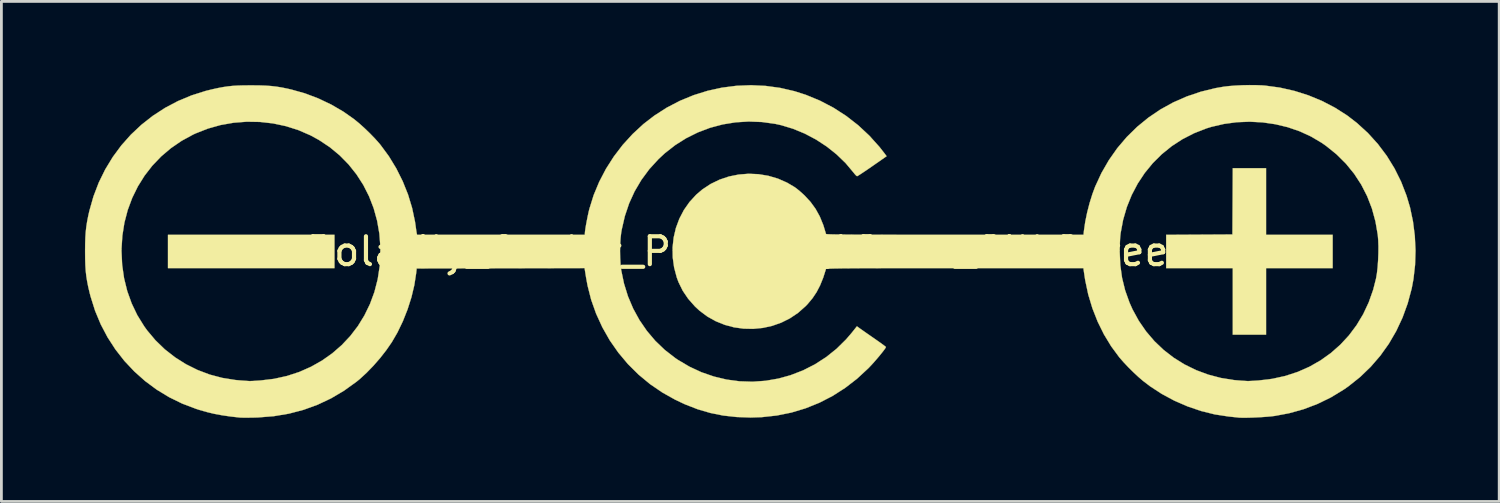
<source format=kicad_pcb>
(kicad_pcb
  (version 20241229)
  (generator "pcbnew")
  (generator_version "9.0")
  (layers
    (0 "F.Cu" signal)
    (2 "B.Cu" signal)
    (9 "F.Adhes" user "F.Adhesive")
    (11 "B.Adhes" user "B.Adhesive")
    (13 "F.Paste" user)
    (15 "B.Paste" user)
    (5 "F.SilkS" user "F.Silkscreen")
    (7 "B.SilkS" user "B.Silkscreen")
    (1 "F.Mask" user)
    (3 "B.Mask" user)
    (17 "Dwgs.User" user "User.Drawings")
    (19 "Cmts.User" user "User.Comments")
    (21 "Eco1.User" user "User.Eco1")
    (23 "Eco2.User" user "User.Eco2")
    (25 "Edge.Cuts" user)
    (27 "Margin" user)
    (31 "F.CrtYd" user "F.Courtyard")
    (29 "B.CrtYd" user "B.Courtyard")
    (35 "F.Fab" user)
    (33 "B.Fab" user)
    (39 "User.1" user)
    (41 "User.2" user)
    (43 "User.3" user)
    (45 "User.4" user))
  (footprint "Polarity_Center_Positive_12mm_SilkScreen"
    (layer "F.Cu")
    (at 23.873 5.977)
    (property "Reference" "Polarity_Center_Positive_12mm_SilkScreen" (at 0 0 0) (layer "F.SilkS") (effects (font (size 1 1) (thickness 0.15))))
    (attr exclude_from_pos_files exclude_from_bom)
    (fp_poly (pts (xy -14.916 0.598) (xy -20.893 0.598) (xy -20.893 -0.598) (xy -14.916 -0.598) (xy -14.916 0.598)) (stroke (width 0.01) (type solid)) (fill yes) (layer "F.SilkS"))
    (fp_poly (pts (xy 18.527 -0.598) (xy 20.918 -0.598) (xy 20.918 0.598) (xy 18.527 0.598) (xy 18.527 2.988) (xy 17.332 2.988) (xy 17.332 0.598) (xy 14.941 0.598) (xy 14.941 -0.597) (xy 17.319 -0.61) (xy 17.326 -1.799) (xy 17.332 -2.988) (xy 18.527 -2.988) (xy 18.527 -0.598)) (stroke (width 0.01) (type solid)) (fill yes) (layer "F.SilkS"))
    (fp_poly (pts (xy 18.17 -5.97) (xy 18.386 -5.962) (xy 18.491 -5.954) (xy 19.023 -5.882) (xy 19.544 -5.764) (xy 20.051 -5.603) (xy 20.539 -5.401) (xy 21.004 -5.159) (xy 21.441 -4.88) (xy 21.789 -4.612) (xy 22.184 -4.251) (xy 22.541 -3.857) (xy 22.86 -3.433) (xy 23.138 -2.981) (xy 23.375 -2.504) (xy 23.569 -2.004) (xy 23.695 -1.581) (xy 23.801 -1.077) (xy 23.867 -0.558) (xy 23.892 -0.035) (xy 23.876 0.485) (xy 23.818 0.993) (xy 23.755 1.329) (xy 23.612 1.862) (xy 23.427 2.371) (xy 23.201 2.855) (xy 22.934 3.313) (xy 22.628 3.742) (xy 22.284 4.14) (xy 21.904 4.506) (xy 21.488 4.838) (xy 21.313 4.96) (xy 20.854 5.239) (xy 20.374 5.473) (xy 19.874 5.663) (xy 19.351 5.808) (xy 18.844 5.903) (xy 18.716 5.919) (xy 18.558 5.933) (xy 18.381 5.946) (xy 18.195 5.956) (xy 18.011 5.964) (xy 17.839 5.968) (xy 17.69 5.969) (xy 17.575 5.966) (xy 17.531 5.962) (xy 17.469 5.955) (xy 17.373 5.945) (xy 17.258 5.933) (xy 17.182 5.925) (xy 16.69 5.85) (xy 16.198 5.728) (xy 15.711 5.563) (xy 15.238 5.358) (xy 14.786 5.116) (xy 14.362 4.839) (xy 14.107 4.644) (xy 13.944 4.504) (xy 13.766 4.338) (xy 13.586 4.16) (xy 13.418 3.982) (xy 13.274 3.818) (xy 13.257 3.798) (xy 12.967 3.405) (xy 12.707 2.977) (xy 12.482 2.521) (xy 12.293 2.041) (xy 12.143 1.544) (xy 12.035 1.036) (xy 12.014 0.903) (xy 11.969 0.598) (xy 7.353 0.598) (xy 6.77 0.598) (xy 6.235 0.598) (xy 5.746 0.598) (xy 5.301 0.599) (xy 4.899 0.599) (xy 4.538 0.6) (xy 4.215 0.601) (xy 3.93 0.602) (xy 3.681 0.604) (xy 3.465 0.605) (xy 3.28 0.607) (xy 3.126 0.61) (xy 3 0.612) (xy 2.9 0.615) (xy 2.825 0.618) (xy 2.773 0.621) (xy 2.741 0.624) (xy 2.729 0.628) (xy 2.729 0.629) (xy 2.628 0.944) (xy 2.517 1.218) (xy 2.391 1.46) (xy 2.244 1.68) (xy 2.071 1.887) (xy 1.993 1.968) (xy 1.725 2.205) (xy 1.433 2.401) (xy 1.122 2.556) (xy 0.795 2.671) (xy 0.458 2.745) (xy 0.116 2.778) (xy -0.229 2.771) (xy -0.57 2.724) (xy -0.903 2.635) (xy -1.224 2.506) (xy -1.528 2.337) (xy -1.811 2.126) (xy -1.975 1.974) (xy -2.217 1.7) (xy -2.413 1.411) (xy -2.565 1.102) (xy -2.627 0.936) (xy -2.723 0.576) (xy -2.773 0.214) (xy -2.776 0.009) (xy 13.273 0.009) (xy 13.294 0.49) (xy 13.358 0.95) (xy 13.467 1.394) (xy 13.621 1.827) (xy 13.733 2.079) (xy 13.958 2.49) (xy 14.221 2.871) (xy 14.519 3.22) (xy 14.85 3.535) (xy 15.211 3.814) (xy 15.6 4.056) (xy 16.013 4.259) (xy 16.449 4.421) (xy 16.905 4.541) (xy 17.378 4.617) (xy 17.655 4.64) (xy 17.745 4.645) (xy 17.824 4.65) (xy 17.855 4.652) (xy 17.902 4.652) (xy 17.988 4.648) (xy 18.1 4.642) (xy 18.229 4.634) (xy 18.257 4.632) (xy 18.746 4.573) (xy 19.215 4.47) (xy 19.663 4.324) (xy 20.086 4.137) (xy 20.484 3.91) (xy 20.853 3.647) (xy 21.193 3.347) (xy 21.501 3.014) (xy 21.775 2.648) (xy 22.013 2.252) (xy 22.212 1.828) (xy 22.372 1.376) (xy 22.475 0.971) (xy 22.507 0.784) (xy 22.532 0.562) (xy 22.549 0.318) (xy 22.559 0.066) (xy 22.561 -0.18) (xy 22.553 -0.406) (xy 22.538 -0.591) (xy 22.454 -1.078) (xy 22.327 -1.543) (xy 22.156 -1.985) (xy 21.943 -2.401) (xy 21.689 -2.79) (xy 21.394 -3.152) (xy 21.059 -3.485) (xy 20.684 -3.788) (xy 20.519 -3.903) (xy 20.138 -4.128) (xy 19.731 -4.315) (xy 19.302 -4.462) (xy 18.857 -4.568) (xy 18.401 -4.634) (xy 17.938 -4.658) (xy 17.475 -4.64) (xy 17.016 -4.578) (xy 16.567 -4.474) (xy 16.385 -4.418) (xy 15.943 -4.245) (xy 15.527 -4.032) (xy 15.141 -3.781) (xy 14.785 -3.493) (xy 14.461 -3.172) (xy 14.172 -2.819) (xy 13.919 -2.437) (xy 13.704 -2.028) (xy 13.529 -1.595) (xy 13.396 -1.139) (xy 13.307 -0.664) (xy 13.299 -0.598) (xy 13.289 -0.496) (xy 13.282 -0.359) (xy 13.276 -0.204) (xy 13.273 -0.045) (xy 13.273 0.009) (xy -2.776 0.009) (xy -2.778 -0.146) (xy -2.739 -0.501) (xy -2.658 -0.846) (xy -2.535 -1.176) (xy -2.373 -1.487) (xy -2.171 -1.775) (xy -1.932 -2.036) (xy -1.711 -2.225) (xy -1.411 -2.423) (xy -1.091 -2.578) (xy -0.754 -2.691) (xy -0.405 -2.761) (xy -0.05 -2.789) (xy 0.306 -2.774) (xy 0.658 -2.716) (xy 1.002 -2.615) (xy 1.332 -2.47) (xy 1.606 -2.308) (xy 1.688 -2.247) (xy 1.79 -2.163) (xy 1.896 -2.069) (xy 1.961 -2.009) (xy 2.176 -1.776) (xy 2.357 -1.526) (xy 2.508 -1.252) (xy 2.633 -0.946) (xy 2.729 -0.629) (xy 2.739 -0.625) (xy 2.768 -0.621) (xy 2.818 -0.618) (xy 2.89 -0.615) (xy 2.987 -0.612) (xy 3.11 -0.61) (xy 3.26 -0.608) (xy 3.441 -0.606) (xy 3.653 -0.604) (xy 3.898 -0.603) (xy 4.179 -0.601) (xy 4.497 -0.6) (xy 4.853 -0.599) (xy 5.25 -0.599) (xy 5.689 -0.598) (xy 6.173 -0.598) (xy 6.702 -0.598) (xy 7.279 -0.598) (xy 7.355 -0.598) (xy 11.973 -0.598) (xy 11.99 -0.753) (xy 12.036 -1.066) (xy 12.105 -1.401) (xy 12.193 -1.741) (xy 12.295 -2.068) (xy 12.391 -2.326) (xy 12.618 -2.817) (xy 12.884 -3.278) (xy 13.187 -3.71) (xy 13.526 -4.108) (xy 13.898 -4.473) (xy 14.301 -4.803) (xy 14.733 -5.096) (xy 15.193 -5.35) (xy 15.678 -5.563) (xy 16.186 -5.735) (xy 16.715 -5.864) (xy 17.017 -5.916) (xy 17.208 -5.938) (xy 17.433 -5.955) (xy 17.679 -5.967) (xy 17.929 -5.972) (xy 18.17 -5.97)) (stroke (width 0.01) (type solid)) (fill yes) (layer "F.SilkS"))
    (fp_poly (pts (xy 0.563 -5.943) (xy 1.084 -5.872) (xy 1.598 -5.753) (xy 2.005 -5.623) (xy 2.511 -5.414) (xy 2.995 -5.161) (xy 3.453 -4.866) (xy 3.884 -4.531) (xy 4.284 -4.158) (xy 4.652 -3.749) (xy 4.839 -3.509) (xy 4.905 -3.42) (xy 4.39 -3.061) (xy 4.248 -2.963) (xy 4.118 -2.875) (xy 4.007 -2.801) (xy 3.921 -2.745) (xy 3.864 -2.711) (xy 3.845 -2.702) (xy 3.816 -2.72) (xy 3.769 -2.769) (xy 3.715 -2.836) (xy 3.432 -3.173) (xy 3.11 -3.484) (xy 2.755 -3.767) (xy 2.373 -4.017) (xy 1.97 -4.23) (xy 1.552 -4.403) (xy 1.124 -4.533) (xy 0.906 -4.581) (xy 0.43 -4.647) (xy -0.046 -4.665) (xy -0.516 -4.636) (xy -0.979 -4.561) (xy -1.43 -4.441) (xy -1.867 -4.276) (xy -2.285 -4.069) (xy -2.682 -3.819) (xy -3.054 -3.529) (xy -3.287 -3.312) (xy -3.616 -2.952) (xy -3.9 -2.567) (xy -4.141 -2.159) (xy -4.338 -1.727) (xy -4.492 -1.27) (xy -4.603 -0.789) (xy -4.623 -0.672) (xy -4.645 -0.48) (xy -4.659 -0.256) (xy -4.664 -0.015) (xy -4.66 0.227) (xy -4.647 0.454) (xy -4.626 0.65) (xy -4.623 0.669) (xy -4.523 1.15) (xy -4.38 1.611) (xy -4.194 2.05) (xy -3.967 2.464) (xy -3.701 2.851) (xy -3.398 3.209) (xy -3.059 3.534) (xy -2.685 3.824) (xy -2.59 3.889) (xy -2.174 4.135) (xy -1.742 4.336) (xy -1.295 4.49) (xy -0.839 4.599) (xy -0.375 4.661) (xy 0.093 4.676) (xy 0.561 4.643) (xy 1.027 4.562) (xy 1.455 4.443) (xy 1.906 4.269) (xy 2.334 4.051) (xy 2.735 3.792) (xy 3.108 3.494) (xy 3.449 3.158) (xy 3.654 2.919) (xy 3.839 2.687) (xy 3.955 2.771) (xy 4.013 2.811) (xy 4.102 2.874) (xy 4.215 2.953) (xy 4.343 3.042) (xy 4.476 3.134) (xy 4.6 3.221) (xy 4.709 3.298) (xy 4.796 3.362) (xy 4.855 3.407) (xy 4.88 3.429) (xy 4.881 3.43) (xy 4.865 3.464) (xy 4.821 3.528) (xy 4.754 3.615) (xy 4.671 3.718) (xy 4.577 3.831) (xy 4.477 3.946) (xy 4.377 4.058) (xy 4.282 4.159) (xy 4.247 4.195) (xy 3.843 4.569) (xy 3.414 4.9) (xy 2.963 5.188) (xy 2.49 5.431) (xy 1.997 5.63) (xy 1.488 5.783) (xy 0.963 5.889) (xy 0.424 5.948) (xy 0.025 5.961) (xy -0.483 5.943) (xy -0.963 5.89) (xy -1.424 5.797) (xy -1.876 5.665) (xy -2.327 5.49) (xy -2.671 5.329) (xy -3.143 5.065) (xy -3.587 4.762) (xy -4 4.42) (xy -4.38 4.043) (xy -4.725 3.632) (xy -5.033 3.191) (xy -5.3 2.721) (xy -5.524 2.232) (xy -5.7 1.736) (xy -5.83 1.226) (xy -5.882 0.945) (xy -5.938 0.597) (xy -8.952 0.604) (xy -11.965 0.61) (xy -11.984 0.784) (xy -12.049 1.206) (xy -12.153 1.642) (xy -12.292 2.079) (xy -12.461 2.505) (xy -12.656 2.91) (xy -12.861 3.262) (xy -13.055 3.542) (xy -13.276 3.825) (xy -13.516 4.1) (xy -13.763 4.355) (xy -14.009 4.581) (xy -14.127 4.677) (xy -14.573 4.998) (xy -15.038 5.273) (xy -15.523 5.502) (xy -16.027 5.685) (xy -16.55 5.822) (xy -17.092 5.913) (xy -17.653 5.958) (xy -17.768 5.962) (xy -17.92 5.965) (xy -18.061 5.966) (xy -18.182 5.966) (xy -18.272 5.964) (xy -18.315 5.962) (xy -18.653 5.924) (xy -18.953 5.88) (xy -19.229 5.829) (xy -19.492 5.766) (xy -19.756 5.691) (xy -19.884 5.65) (xy -20.38 5.462) (xy -20.852 5.231) (xy -21.298 4.96) (xy -21.715 4.651) (xy -22.102 4.306) (xy -22.457 3.929) (xy -22.777 3.52) (xy -23.061 3.082) (xy -23.306 2.617) (xy -23.51 2.128) (xy -23.671 1.617) (xy -23.704 1.489) (xy -23.756 1.269) (xy -23.795 1.071) (xy -23.825 0.884) (xy -23.846 0.695) (xy -23.859 0.493) (xy -23.866 0.265) (xy -23.868 0) (xy -23.868 -0.012) (xy -22.561 -0.012) (xy -22.538 0.482) (xy -22.469 0.962) (xy -22.355 1.424) (xy -22.196 1.866) (xy -21.994 2.288) (xy -21.748 2.685) (xy -21.643 2.831) (xy -21.342 3.189) (xy -21.007 3.513) (xy -20.641 3.799) (xy -20.249 4.047) (xy -19.833 4.254) (xy -19.397 4.419) (xy -18.943 4.539) (xy -18.476 4.614) (xy -18.29 4.631) (xy -18.174 4.639) (xy -18.072 4.646) (xy -17.998 4.651) (xy -17.967 4.653) (xy -17.924 4.652) (xy -17.843 4.649) (xy -17.734 4.642) (xy -17.606 4.634) (xy -17.57 4.631) (xy -17.086 4.573) (xy -16.621 4.47) (xy -16.177 4.325) (xy -15.757 4.139) (xy -15.362 3.916) (xy -14.994 3.656) (xy -14.656 3.362) (xy -14.35 3.037) (xy -14.077 2.681) (xy -13.841 2.297) (xy -13.642 1.888) (xy -13.482 1.455) (xy -13.365 1.001) (xy -13.292 0.527) (xy -13.276 0.336) (xy -13.267 -0.157) (xy -13.304 -0.638) (xy -13.385 -1.104) (xy -13.509 -1.552) (xy -13.675 -1.981) (xy -13.881 -2.388) (xy -14.127 -2.77) (xy -14.41 -3.125) (xy -14.729 -3.45) (xy -15.083 -3.743) (xy -15.471 -4.001) (xy -15.776 -4.168) (xy -16.209 -4.356) (xy -16.66 -4.499) (xy -17.122 -4.597) (xy -17.592 -4.65) (xy -18.066 -4.658) (xy -18.538 -4.621) (xy -19.004 -4.539) (xy -19.46 -4.411) (xy -19.9 -4.238) (xy -19.991 -4.196) (xy -20.406 -3.97) (xy -20.789 -3.707) (xy -21.139 -3.41) (xy -21.455 -3.08) (xy -21.734 -2.72) (xy -21.975 -2.333) (xy -22.177 -1.922) (xy -22.338 -1.488) (xy -22.457 -1.034) (xy -22.531 -0.563) (xy -22.561 -0.078) (xy -22.561 -0.012) (xy -23.868 -0.012) (xy -23.866 -0.265) (xy -23.859 -0.493) (xy -23.846 -0.695) (xy -23.825 -0.883) (xy -23.796 -1.071) (xy -23.757 -1.27) (xy -23.715 -1.457) (xy -23.568 -1.975) (xy -23.378 -2.472) (xy -23.146 -2.944) (xy -22.875 -3.39) (xy -22.567 -3.807) (xy -22.223 -4.194) (xy -21.846 -4.548) (xy -21.439 -4.868) (xy -21.002 -5.152) (xy -20.538 -5.397) (xy -20.048 -5.602) (xy -19.536 -5.764) (xy -19.299 -5.822) (xy -19.094 -5.867) (xy -18.913 -5.901) (xy -18.744 -5.926) (xy -18.574 -5.944) (xy -18.393 -5.955) (xy -18.188 -5.961) (xy -17.948 -5.963) (xy -17.892 -5.963) (xy -17.625 -5.961) (xy -17.396 -5.953) (xy -17.191 -5.939) (xy -16.999 -5.917) (xy -16.807 -5.886) (xy -16.602 -5.844) (xy -16.462 -5.812) (xy -15.975 -5.675) (xy -15.497 -5.494) (xy -15.034 -5.274) (xy -14.596 -5.019) (xy -14.215 -4.751) (xy -14.034 -4.603) (xy -13.839 -4.428) (xy -13.643 -4.239) (xy -13.459 -4.049) (xy -13.3 -3.87) (xy -13.261 -3.822) (xy -12.962 -3.416) (xy -12.696 -2.979) (xy -12.466 -2.519) (xy -12.275 -2.043) (xy -12.128 -1.557) (xy -12.025 -1.07) (xy -12.003 -0.921) (xy -11.989 -0.817) (xy -11.976 -0.726) (xy -11.966 -0.664) (xy -11.964 -0.654) (xy -11.952 -0.598) (xy -5.927 -0.598) (xy -5.927 -0.657) (xy -5.921 -0.721) (xy -5.907 -0.823) (xy -5.886 -0.951) (xy -5.859 -1.095) (xy -5.83 -1.242) (xy -5.8 -1.383) (xy -5.771 -1.507) (xy -5.765 -1.529) (xy -5.612 -2.021) (xy -5.412 -2.501) (xy -5.17 -2.965) (xy -4.887 -3.408) (xy -4.567 -3.827) (xy -4.212 -4.216) (xy -3.826 -4.573) (xy -3.435 -4.875) (xy -2.985 -5.164) (xy -2.513 -5.409) (xy -2.024 -5.61) (xy -1.521 -5.767) (xy -1.007 -5.88) (xy -0.486 -5.947) (xy 0.038 -5.968) (xy 0.563 -5.943)) (stroke (width 0.01) (type solid)) (fill yes) (layer "F.SilkS")))
  (gr_rect
    (start -3 -3)
    (end 50.769 14.951)
    (stroke (width 0.1) (type default))
    (fill no)
    (layer "Edge.Cuts")))
</source>
